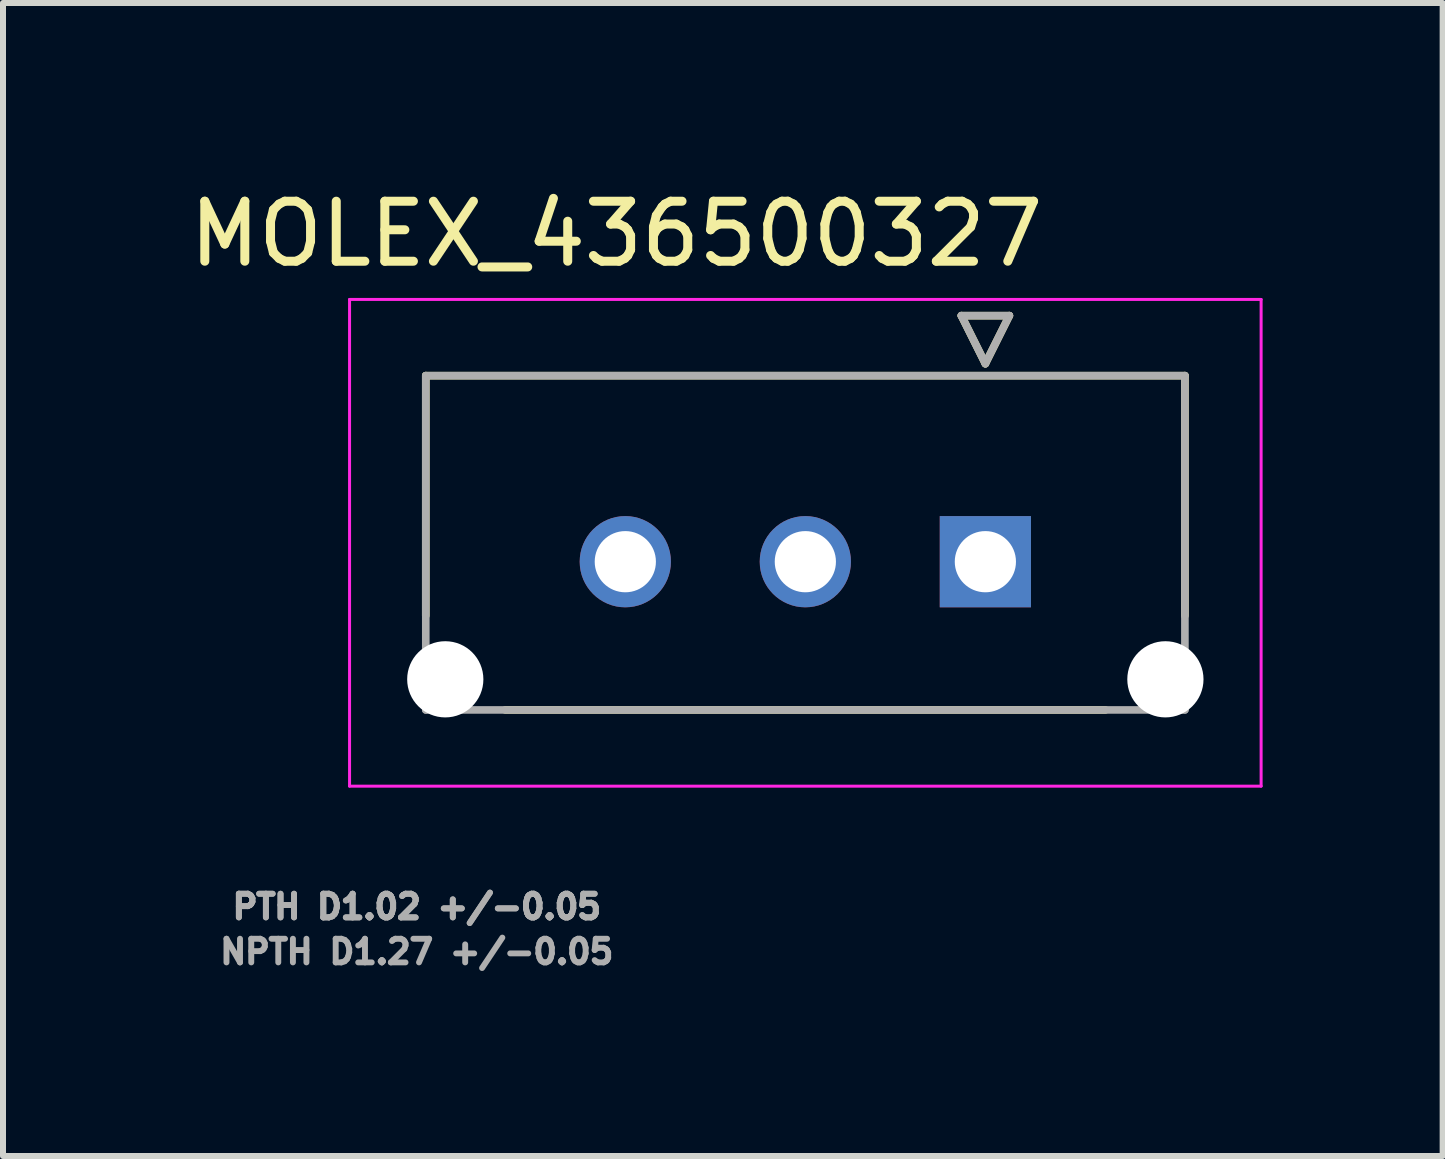
<source format=kicad_pcb>
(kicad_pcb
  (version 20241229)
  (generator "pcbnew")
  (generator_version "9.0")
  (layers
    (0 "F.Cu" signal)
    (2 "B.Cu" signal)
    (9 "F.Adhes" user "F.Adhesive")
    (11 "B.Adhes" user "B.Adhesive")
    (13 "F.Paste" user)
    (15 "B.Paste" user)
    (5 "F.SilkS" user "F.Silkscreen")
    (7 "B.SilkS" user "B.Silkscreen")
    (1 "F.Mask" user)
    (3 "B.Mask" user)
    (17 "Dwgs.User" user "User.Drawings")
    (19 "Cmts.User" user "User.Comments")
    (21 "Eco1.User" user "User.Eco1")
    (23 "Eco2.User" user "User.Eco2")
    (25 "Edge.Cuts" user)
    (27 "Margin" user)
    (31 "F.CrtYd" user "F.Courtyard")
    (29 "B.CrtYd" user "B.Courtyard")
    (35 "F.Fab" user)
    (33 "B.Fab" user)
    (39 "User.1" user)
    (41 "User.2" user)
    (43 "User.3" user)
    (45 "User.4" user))
  (footprint "MOLEX_436500327"
    (layer "F.Cu")
    (at 13.37 6.31)
    (property "Reference" "MOLEX_436500327" (at -6.15 -5.462 0) (layer "F.SilkS") (effects (font (size 1 1) (thickness 0.15))))
    (attr through_hole)
    (fp_circle (center -9 1.96) (end -8.644 1.96) (stroke (width 0.711) (type solid)) (fill no) (layer "F.Mask"))
    (fp_circle (center -6 0) (end -5.582 0) (stroke (width 0.836) (type solid)) (fill no) (layer "F.Mask"))
    (fp_circle (center -3 0) (end -2.582 0) (stroke (width 0.836) (type solid)) (fill no) (layer "F.Mask"))
    (fp_circle (center 3 1.96) (end 3.356 1.96) (stroke (width 0.711) (type solid)) (fill no) (layer "F.Mask"))
    (fp_poly (pts (xy -0.836 -0.836) (xy 0.836 -0.836) (xy 0.836 0.836) (xy -0.836 0.836)) (stroke (width 0.01) (type solid)) (fill yes) (layer "F.Mask"))
    (fp_circle (center -9 1.96) (end -8.644 1.96) (stroke (width 0.711) (type solid)) (fill no) (layer "B.Mask"))
    (fp_circle (center -6 0) (end -5.582 0) (stroke (width 0.836) (type solid)) (fill no) (layer "B.Mask"))
    (fp_circle (center -3 0) (end -2.582 0) (stroke (width 0.836) (type solid)) (fill no) (layer "B.Mask"))
    (fp_circle (center 3 1.96) (end 3.356 1.96) (stroke (width 0.711) (type solid)) (fill no) (layer "B.Mask"))
    (fp_poly (pts (xy -0.836 -0.836) (xy 0.836 -0.836) (xy 0.836 0.836) (xy -0.836 0.836)) (stroke (width 0.01) (type solid)) (fill yes) (layer "B.Mask"))
    (fp_line (start -9.325 -3.1) (end -9.325 0.9) (stroke (width 0.127) (type solid)) (layer "F.SilkS"))
    (fp_line (start -9.325 -3.1) (end 3.325 -3.1) (stroke (width 0.127) (type solid)) (layer "F.SilkS"))
    (fp_line (start -0.4 -4.1) (end 0.4 -4.1) (stroke (width 0.127) (type solid)) (layer "F.SilkS"))
    (fp_line (start 0 -3.3) (end -0.4 -4.1) (stroke (width 0.127) (type solid)) (layer "F.SilkS"))
    (fp_line (start 0.4 -4.1) (end 0 -3.3) (stroke (width 0.127) (type solid)) (layer "F.SilkS"))
    (fp_line (start 2 2.47) (end -8 2.47) (stroke (width 0.127) (type solid)) (layer "F.SilkS"))
    (fp_line (start 3.325 -3.1) (end 3.325 0.9) (stroke (width 0.127) (type solid)) (layer "F.SilkS"))
    (fp_line (start -10.595 -4.37) (end 4.595 -4.37) (stroke (width 0.05) (type solid)) (layer "F.CrtYd"))
    (fp_line (start -10.595 3.74) (end -10.595 -4.37) (stroke (width 0.05) (type solid)) (layer "F.CrtYd"))
    (fp_line (start 4.595 3.74) (end -10.595 3.74) (stroke (width 0.05) (type solid)) (layer "F.CrtYd"))
    (fp_line (start 4.595 3.74) (end 4.595 -4.37) (stroke (width 0.05) (type solid)) (layer "F.CrtYd"))
    (fp_line (start -9.325 -3.1) (end 3.325 -3.1) (stroke (width 0.127) (type solid)) (layer "F.Fab"))
    (fp_line (start -9.325 2.47) (end -9.325 -3.1) (stroke (width 0.127) (type solid)) (layer "F.Fab"))
    (fp_line (start -0.4 -4.1) (end 0.4 -4.1) (stroke (width 0.127) (type solid)) (layer "F.Fab"))
    (fp_line (start 0 -3.3) (end -0.4 -4.1) (stroke (width 0.127) (type solid)) (layer "F.Fab"))
    (fp_line (start 0.4 -4.1) (end 0 -3.3) (stroke (width 0.127) (type solid)) (layer "F.Fab"))
    (fp_line (start 3.325 2.47) (end -9.325 2.47) (stroke (width 0.127) (type solid)) (layer "F.Fab"))
    (fp_line (start 3.325 2.47) (end 3.325 -3.1) (stroke (width 0.127) (type solid)) (layer "F.Fab"))
    (fp_text user "PTH D1.02 +/-0.05 " (at -9.325 5.75 0) (layer "F.Fab") (effects (font (size 0.394 0.394) (thickness 0.15))))
    (fp_text user "NPTH D1.27 +/-0.05 " (at -9.325 6.5 0) (layer "F.Fab") (effects (font (size 0.394 0.394) (thickness 0.15))))
    (fp_text user "PTH D1.02 +/-0.05 " (at -9.325 5.75 0) (layer "F.Fab") (effects (font (size 0.394 0.394) (thickness 0.15))))
    (pad "" np_thru_hole circle (at -9 1.96) (size 1.27 1.27) (drill 1.27) (layers "*.Cu" "*.Mask"))
    (pad "" np_thru_hole circle (at 3 1.96) (size 1.27 1.27) (drill 1.27) (layers "*.Cu" "*.Mask"))
    (pad "1" thru_hole rect (at 0 0) (size 1.52 1.52) (drill 1.02) (layers "*.Cu"))
    (pad "2" thru_hole circle (at -3 0) (size 1.52 1.52) (drill 1.02) (layers "*.Cu"))
    (pad "3" thru_hole circle (at -6 0) (size 1.52 1.52) (drill 1.02) (layers "*.Cu")))
  (gr_rect
    (start -3 -3)
    (end 20.99 16.213)
    (stroke (width 0.1) (type default))
    (fill no)
    (layer "Edge.Cuts")))
</source>
